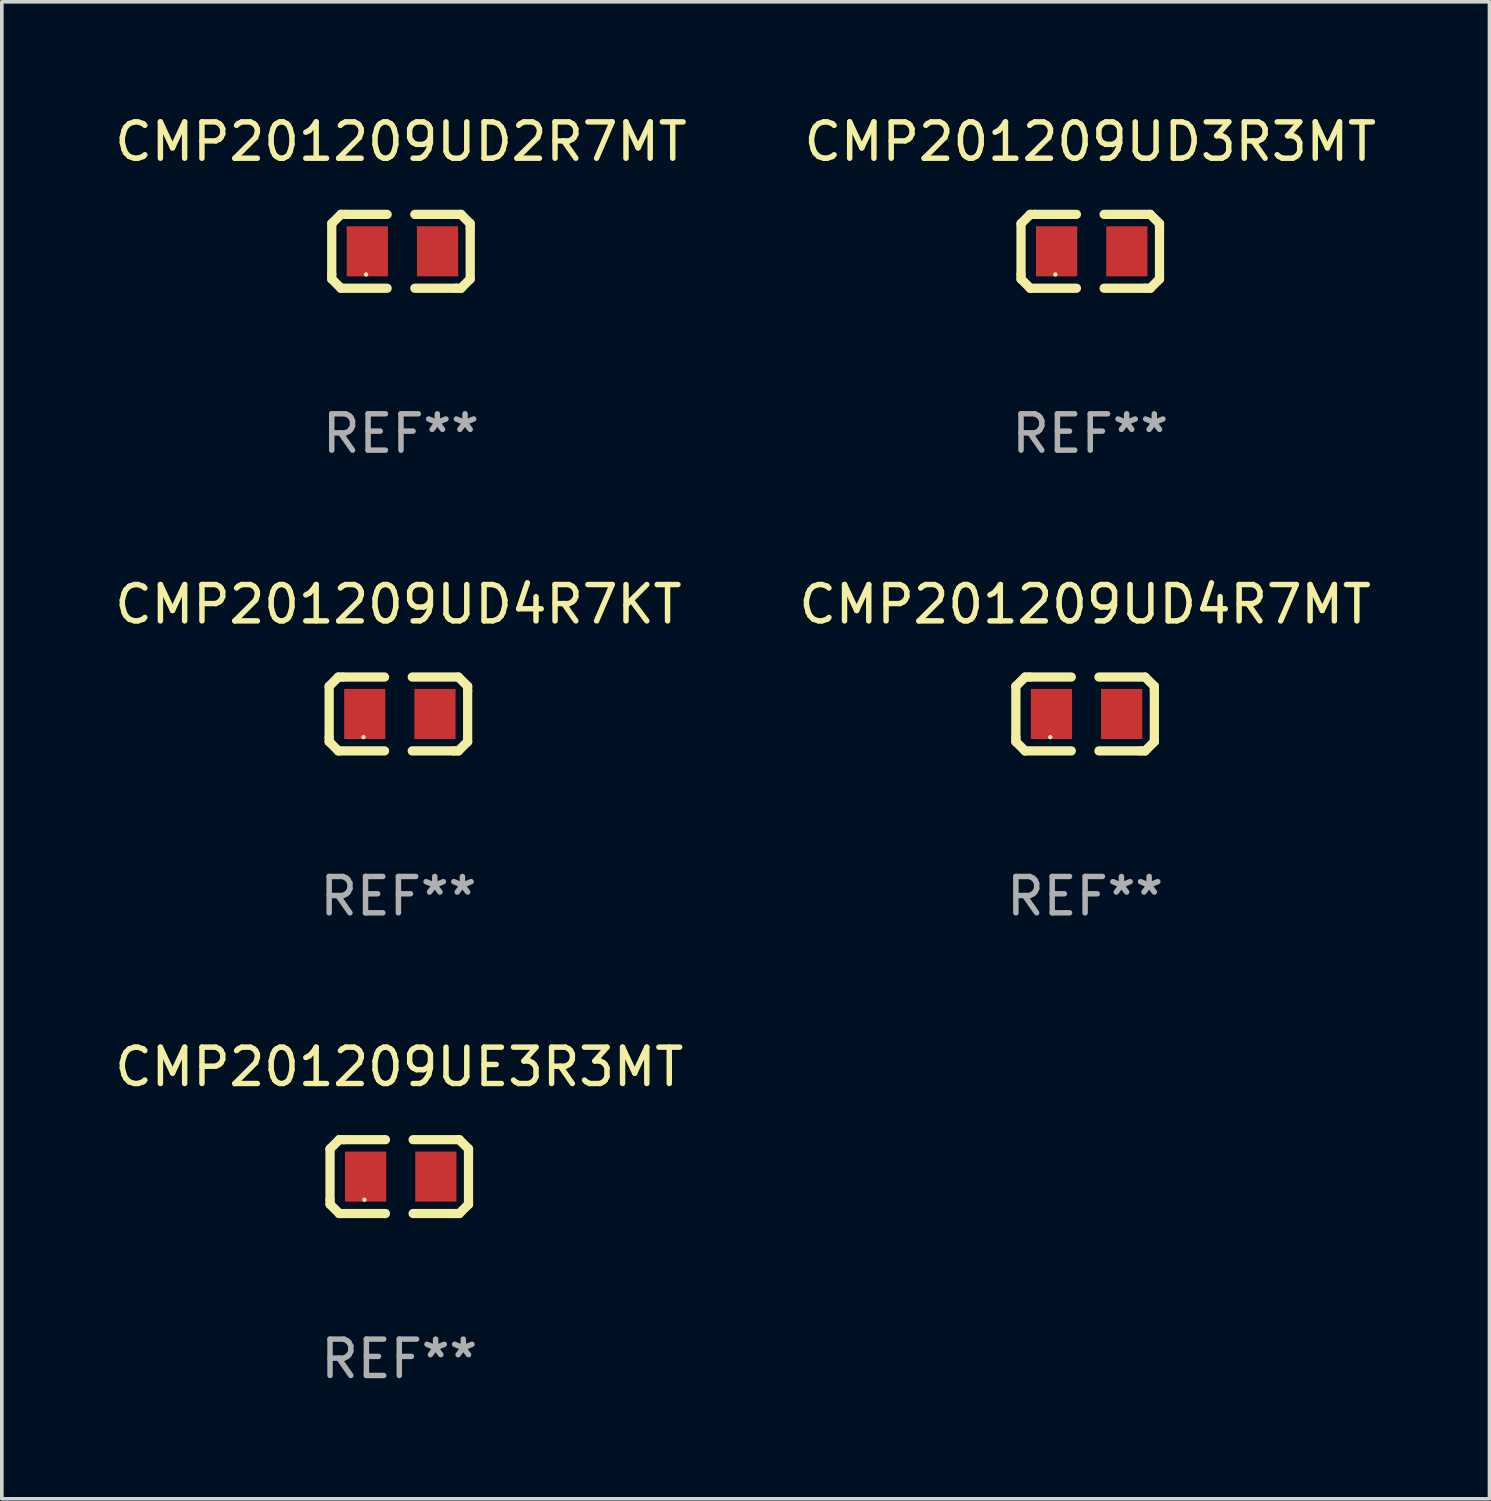
<source format=kicad_pcb>
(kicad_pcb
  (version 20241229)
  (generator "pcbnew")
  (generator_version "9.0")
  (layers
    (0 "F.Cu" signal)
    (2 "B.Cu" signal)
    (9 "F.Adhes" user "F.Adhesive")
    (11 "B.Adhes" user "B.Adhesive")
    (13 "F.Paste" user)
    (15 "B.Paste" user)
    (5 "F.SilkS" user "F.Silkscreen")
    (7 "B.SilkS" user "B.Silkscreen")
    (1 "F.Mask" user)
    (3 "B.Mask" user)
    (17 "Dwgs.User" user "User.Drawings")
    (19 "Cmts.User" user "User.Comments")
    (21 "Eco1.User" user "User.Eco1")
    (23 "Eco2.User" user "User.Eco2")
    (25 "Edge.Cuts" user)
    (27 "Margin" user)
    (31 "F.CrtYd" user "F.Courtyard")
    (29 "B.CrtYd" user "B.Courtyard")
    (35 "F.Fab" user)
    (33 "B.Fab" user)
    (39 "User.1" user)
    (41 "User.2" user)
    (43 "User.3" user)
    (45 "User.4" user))
  (footprint "CMP201209UD4R7KT"
    (layer "F.Cu")
    (at 7.911 16.593)
    (property "Reference" "CMP201209UD4R7KT" (at 0 -3.016 0) (layer "F.SilkS") (effects (font (size 1 1) (thickness 0.15))))
    (attr through_hole)
    (fp_line (start -1.905 -0.762) (end -1.905 0.635) (stroke (width 0.254) (type solid)) (layer "F.SilkS"))
    (fp_line (start -1.905 0.635) (end -1.905 0.762) (stroke (width 0.254) (type solid)) (layer "F.SilkS"))
    (fp_line (start -1.905 0.762) (end -1.651 1.016) (stroke (width 0.254) (type solid)) (layer "F.SilkS"))
    (fp_line (start -1.651 -1.016) (end -1.905 -0.762) (stroke (width 0.254) (type solid)) (layer "F.SilkS"))
    (fp_line (start -1.651 1.016) (end -0.381 1.016) (stroke (width 0.254) (type solid)) (layer "F.SilkS"))
    (fp_line (start -1.524 -1.016) (end -1.651 -1.016) (stroke (width 0.254) (type solid)) (layer "F.SilkS"))
    (fp_line (start -0.381 -1.016) (end -1.524 -1.016) (stroke (width 0.254) (type solid)) (layer "F.SilkS"))
    (fp_line (start 0.381 1.016) (end 1.524 1.016) (stroke (width 0.254) (type solid)) (layer "F.SilkS"))
    (fp_line (start 1.524 1.016) (end 1.651 1.016) (stroke (width 0.254) (type solid)) (layer "F.SilkS"))
    (fp_line (start 1.651 -1.016) (end 0.381 -1.016) (stroke (width 0.254) (type solid)) (layer "F.SilkS"))
    (fp_line (start 1.651 1.016) (end 1.905 0.762) (stroke (width 0.254) (type solid)) (layer "F.SilkS"))
    (fp_line (start 1.905 -0.762) (end 1.651 -1.016) (stroke (width 0.254) (type solid)) (layer "F.SilkS"))
    (fp_line (start 1.905 -0.635) (end 1.905 -0.762) (stroke (width 0.254) (type solid)) (layer "F.SilkS"))
    (fp_line (start 1.905 0.762) (end 1.905 -0.635) (stroke (width 0.254) (type solid)) (layer "F.SilkS"))
    (fp_circle (center -0.96 0.637) (end -0.93 0.637) (stroke (width 0.06) (type solid)) (fill no) (layer "F.SilkS"))
    (fp_text user "REF**" (at 0 5.016 0) (layer "F.Fab") (effects (font (size 1 1) (thickness 0.15))))
    (pad "1" smd rect (at -0.926 -0.000051) (size 1.133 1.377) (layers "F.Cu" "F.Mask" "F.Paste"))
    (pad "2" smd rect (at 1.006 -0.000051) (size 1.133 1.377) (layers "F.Cu" "F.Mask" "F.Paste")))
  (footprint "CMP201209UD2R7MT"
    (layer "F.Cu")
    (at 7.982 3.864)
    (property "Reference" "CMP201209UD2R7MT" (at 0 -3.016 0) (layer "F.SilkS") (effects (font (size 1 1) (thickness 0.15))))
    (attr through_hole)
    (fp_line (start -1.905 -0.762) (end -1.905 0.635) (stroke (width 0.254) (type solid)) (layer "F.SilkS"))
    (fp_line (start -1.905 0.635) (end -1.905 0.762) (stroke (width 0.254) (type solid)) (layer "F.SilkS"))
    (fp_line (start -1.905 0.762) (end -1.651 1.016) (stroke (width 0.254) (type solid)) (layer "F.SilkS"))
    (fp_line (start -1.651 -1.016) (end -1.905 -0.762) (stroke (width 0.254) (type solid)) (layer "F.SilkS"))
    (fp_line (start -1.651 1.016) (end -0.381 1.016) (stroke (width 0.254) (type solid)) (layer "F.SilkS"))
    (fp_line (start -1.524 -1.016) (end -1.651 -1.016) (stroke (width 0.254) (type solid)) (layer "F.SilkS"))
    (fp_line (start -0.381 -1.016) (end -1.524 -1.016) (stroke (width 0.254) (type solid)) (layer "F.SilkS"))
    (fp_line (start 0.381 1.016) (end 1.524 1.016) (stroke (width 0.254) (type solid)) (layer "F.SilkS"))
    (fp_line (start 1.524 1.016) (end 1.651 1.016) (stroke (width 0.254) (type solid)) (layer "F.SilkS"))
    (fp_line (start 1.651 -1.016) (end 0.381 -1.016) (stroke (width 0.254) (type solid)) (layer "F.SilkS"))
    (fp_line (start 1.651 1.016) (end 1.905 0.762) (stroke (width 0.254) (type solid)) (layer "F.SilkS"))
    (fp_line (start 1.905 -0.762) (end 1.651 -1.016) (stroke (width 0.254) (type solid)) (layer "F.SilkS"))
    (fp_line (start 1.905 -0.635) (end 1.905 -0.762) (stroke (width 0.254) (type solid)) (layer "F.SilkS"))
    (fp_line (start 1.905 0.762) (end 1.905 -0.635) (stroke (width 0.254) (type solid)) (layer "F.SilkS"))
    (fp_circle (center -0.96 0.637) (end -0.93 0.637) (stroke (width 0.06) (type solid)) (fill no) (layer "F.SilkS"))
    (fp_text user "REF**" (at 0 5.016 0) (layer "F.Fab") (effects (font (size 1 1) (thickness 0.15))))
    (pad "1" smd rect (at -0.926 -0.000051) (size 1.133 1.377) (layers "F.Cu" "F.Mask" "F.Paste"))
    (pad "2" smd rect (at 1.006 -0.000051) (size 1.133 1.377) (layers "F.Cu" "F.Mask" "F.Paste")))
  (footprint "CMP201209UE3R3MT"
    (layer "F.Cu")
    (at 7.935 29.321)
    (property "Reference" "CMP201209UE3R3MT" (at 0 -3.016 0) (layer "F.SilkS") (effects (font (size 1 1) (thickness 0.15))))
    (attr through_hole)
    (fp_line (start -1.905 -0.762) (end -1.905 0.635) (stroke (width 0.254) (type solid)) (layer "F.SilkS"))
    (fp_line (start -1.905 0.635) (end -1.905 0.762) (stroke (width 0.254) (type solid)) (layer "F.SilkS"))
    (fp_line (start -1.905 0.762) (end -1.651 1.016) (stroke (width 0.254) (type solid)) (layer "F.SilkS"))
    (fp_line (start -1.651 -1.016) (end -1.905 -0.762) (stroke (width 0.254) (type solid)) (layer "F.SilkS"))
    (fp_line (start -1.651 1.016) (end -0.381 1.016) (stroke (width 0.254) (type solid)) (layer "F.SilkS"))
    (fp_line (start -1.524 -1.016) (end -1.651 -1.016) (stroke (width 0.254) (type solid)) (layer "F.SilkS"))
    (fp_line (start -0.381 -1.016) (end -1.524 -1.016) (stroke (width 0.254) (type solid)) (layer "F.SilkS"))
    (fp_line (start 0.381 1.016) (end 1.524 1.016) (stroke (width 0.254) (type solid)) (layer "F.SilkS"))
    (fp_line (start 1.524 1.016) (end 1.651 1.016) (stroke (width 0.254) (type solid)) (layer "F.SilkS"))
    (fp_line (start 1.651 -1.016) (end 0.381 -1.016) (stroke (width 0.254) (type solid)) (layer "F.SilkS"))
    (fp_line (start 1.651 1.016) (end 1.905 0.762) (stroke (width 0.254) (type solid)) (layer "F.SilkS"))
    (fp_line (start 1.905 -0.762) (end 1.651 -1.016) (stroke (width 0.254) (type solid)) (layer "F.SilkS"))
    (fp_line (start 1.905 -0.635) (end 1.905 -0.762) (stroke (width 0.254) (type solid)) (layer "F.SilkS"))
    (fp_line (start 1.905 0.762) (end 1.905 -0.635) (stroke (width 0.254) (type solid)) (layer "F.SilkS"))
    (fp_circle (center -0.96 0.637) (end -0.93 0.637) (stroke (width 0.06) (type solid)) (fill no) (layer "F.SilkS"))
    (fp_text user "REF**" (at 0 5.016 0) (layer "F.Fab") (effects (font (size 1 1) (thickness 0.15))))
    (pad "1" smd rect (at -0.926 -0.000051) (size 1.133 1.377) (layers "F.Cu" "F.Mask" "F.Paste"))
    (pad "2" smd rect (at 1.006 -0.000051) (size 1.133 1.377) (layers "F.Cu" "F.Mask" "F.Paste")))
  (footprint "CMP201209UD4R7MT"
    (layer "F.Cu")
    (at 26.804 16.593)
    (property "Reference" "CMP201209UD4R7MT" (at 0 -3.016 0) (layer "F.SilkS") (effects (font (size 1 1) (thickness 0.15))))
    (attr through_hole)
    (fp_line (start -1.905 -0.762) (end -1.905 0.635) (stroke (width 0.254) (type solid)) (layer "F.SilkS"))
    (fp_line (start -1.905 0.635) (end -1.905 0.762) (stroke (width 0.254) (type solid)) (layer "F.SilkS"))
    (fp_line (start -1.905 0.762) (end -1.651 1.016) (stroke (width 0.254) (type solid)) (layer "F.SilkS"))
    (fp_line (start -1.651 -1.016) (end -1.905 -0.762) (stroke (width 0.254) (type solid)) (layer "F.SilkS"))
    (fp_line (start -1.651 1.016) (end -0.381 1.016) (stroke (width 0.254) (type solid)) (layer "F.SilkS"))
    (fp_line (start -1.524 -1.016) (end -1.651 -1.016) (stroke (width 0.254) (type solid)) (layer "F.SilkS"))
    (fp_line (start -0.381 -1.016) (end -1.524 -1.016) (stroke (width 0.254) (type solid)) (layer "F.SilkS"))
    (fp_line (start 0.381 1.016) (end 1.524 1.016) (stroke (width 0.254) (type solid)) (layer "F.SilkS"))
    (fp_line (start 1.524 1.016) (end 1.651 1.016) (stroke (width 0.254) (type solid)) (layer "F.SilkS"))
    (fp_line (start 1.651 -1.016) (end 0.381 -1.016) (stroke (width 0.254) (type solid)) (layer "F.SilkS"))
    (fp_line (start 1.651 1.016) (end 1.905 0.762) (stroke (width 0.254) (type solid)) (layer "F.SilkS"))
    (fp_line (start 1.905 -0.762) (end 1.651 -1.016) (stroke (width 0.254) (type solid)) (layer "F.SilkS"))
    (fp_line (start 1.905 -0.635) (end 1.905 -0.762) (stroke (width 0.254) (type solid)) (layer "F.SilkS"))
    (fp_line (start 1.905 0.762) (end 1.905 -0.635) (stroke (width 0.254) (type solid)) (layer "F.SilkS"))
    (fp_circle (center -0.96 0.637) (end -0.93 0.637) (stroke (width 0.06) (type solid)) (fill no) (layer "F.SilkS"))
    (fp_text user "REF**" (at 0 5.016 0) (layer "F.Fab") (effects (font (size 1 1) (thickness 0.15))))
    (pad "1" smd rect (at -0.926 -0.000051) (size 1.133 1.377) (layers "F.Cu" "F.Mask" "F.Paste"))
    (pad "2" smd rect (at 1.006 -0.000051) (size 1.133 1.377) (layers "F.Cu" "F.Mask" "F.Paste")))
  (footprint "CMP201209UD3R3MT"
    (layer "F.Cu")
    (at 26.946 3.864)
    (property "Reference" "CMP201209UD3R3MT" (at 0 -3.016 0) (layer "F.SilkS") (effects (font (size 1 1) (thickness 0.15))))
    (attr through_hole)
    (fp_line (start -1.905 -0.762) (end -1.905 0.635) (stroke (width 0.254) (type solid)) (layer "F.SilkS"))
    (fp_line (start -1.905 0.635) (end -1.905 0.762) (stroke (width 0.254) (type solid)) (layer "F.SilkS"))
    (fp_line (start -1.905 0.762) (end -1.651 1.016) (stroke (width 0.254) (type solid)) (layer "F.SilkS"))
    (fp_line (start -1.651 -1.016) (end -1.905 -0.762) (stroke (width 0.254) (type solid)) (layer "F.SilkS"))
    (fp_line (start -1.651 1.016) (end -0.381 1.016) (stroke (width 0.254) (type solid)) (layer "F.SilkS"))
    (fp_line (start -1.524 -1.016) (end -1.651 -1.016) (stroke (width 0.254) (type solid)) (layer "F.SilkS"))
    (fp_line (start -0.381 -1.016) (end -1.524 -1.016) (stroke (width 0.254) (type solid)) (layer "F.SilkS"))
    (fp_line (start 0.381 1.016) (end 1.524 1.016) (stroke (width 0.254) (type solid)) (layer "F.SilkS"))
    (fp_line (start 1.524 1.016) (end 1.651 1.016) (stroke (width 0.254) (type solid)) (layer "F.SilkS"))
    (fp_line (start 1.651 -1.016) (end 0.381 -1.016) (stroke (width 0.254) (type solid)) (layer "F.SilkS"))
    (fp_line (start 1.651 1.016) (end 1.905 0.762) (stroke (width 0.254) (type solid)) (layer "F.SilkS"))
    (fp_line (start 1.905 -0.762) (end 1.651 -1.016) (stroke (width 0.254) (type solid)) (layer "F.SilkS"))
    (fp_line (start 1.905 -0.635) (end 1.905 -0.762) (stroke (width 0.254) (type solid)) (layer "F.SilkS"))
    (fp_line (start 1.905 0.762) (end 1.905 -0.635) (stroke (width 0.254) (type solid)) (layer "F.SilkS"))
    (fp_circle (center -0.96 0.637) (end -0.93 0.637) (stroke (width 0.06) (type solid)) (fill no) (layer "F.SilkS"))
    (fp_text user "REF**" (at 0 5.016 0) (layer "F.Fab") (effects (font (size 1 1) (thickness 0.15))))
    (pad "1" smd rect (at -0.926 -0.000051) (size 1.133 1.377) (layers "F.Cu" "F.Mask" "F.Paste"))
    (pad "2" smd rect (at 1.006 -0.000051) (size 1.133 1.377) (layers "F.Cu" "F.Mask" "F.Paste")))
  (gr_rect
    (start -3 -3)
    (end 37.929 38.186)
    (stroke (width 0.1) (type default))
    (fill no)
    (layer "Edge.Cuts")))
</source>
